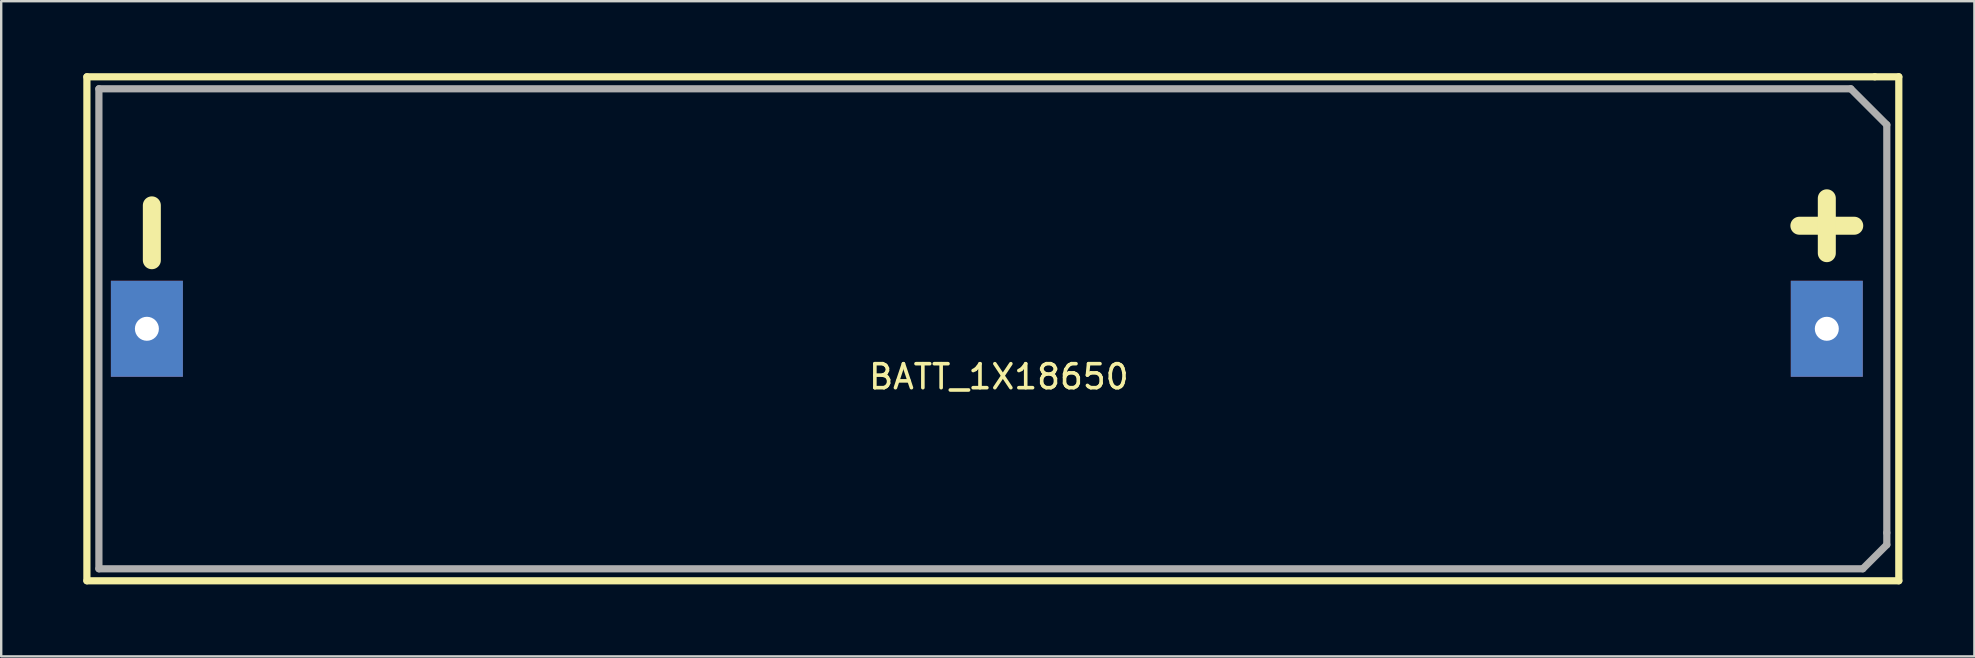
<source format=kicad_pcb>
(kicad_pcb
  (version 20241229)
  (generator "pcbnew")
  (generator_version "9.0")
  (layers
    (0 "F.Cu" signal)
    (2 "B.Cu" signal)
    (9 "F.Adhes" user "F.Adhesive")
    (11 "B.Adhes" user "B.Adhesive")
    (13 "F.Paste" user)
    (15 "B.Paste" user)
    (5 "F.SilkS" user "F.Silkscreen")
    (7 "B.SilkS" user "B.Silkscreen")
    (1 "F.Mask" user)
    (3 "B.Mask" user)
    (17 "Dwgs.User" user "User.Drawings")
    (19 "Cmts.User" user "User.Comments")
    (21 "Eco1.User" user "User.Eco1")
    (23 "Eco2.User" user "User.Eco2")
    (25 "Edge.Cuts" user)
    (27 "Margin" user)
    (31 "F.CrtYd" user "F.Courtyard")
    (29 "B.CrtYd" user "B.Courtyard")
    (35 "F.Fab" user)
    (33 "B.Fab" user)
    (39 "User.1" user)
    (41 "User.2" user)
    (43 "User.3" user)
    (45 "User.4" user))
  (footprint "BATT_1X18650"
    (layer "F.Cu")
    (at 38.071 10.65)
    (property "Reference" "BATT_1X18650" (at 0.5 2 0) (layer "F.SilkS") (effects (font (size 1 1) (thickness 0.15))))
    (attr through_hole)
    (fp_line (start -37.5 -10.5) (end 37 -10.5) (stroke (width 0.3) (type solid)) (layer "F.SilkS"))
    (fp_line (start -37.5 10.5) (end -37.5 -10.5) (stroke (width 0.3) (type solid)) (layer "F.SilkS"))
    (fp_line (start 37 -10.5) (end 38 -10.5) (stroke (width 0.3) (type solid)) (layer "F.SilkS"))
    (fp_line (start 38 -10.5) (end 38 10.5) (stroke (width 0.3) (type solid)) (layer "F.SilkS"))
    (fp_line (start 38 10.5) (end -37.5 10.5) (stroke (width 0.3) (type solid)) (layer "F.SilkS"))
    (fp_line (start -37 -10) (end 36 -10) (stroke (width 0.3) (type solid)) (layer "F.Fab"))
    (fp_line (start -37 10) (end -37 -10) (stroke (width 0.3) (type solid)) (layer "F.Fab"))
    (fp_line (start 36 -10) (end 37.5 -8.5) (stroke (width 0.3) (type solid)) (layer "F.Fab"))
    (fp_line (start 36.5 10) (end -37 10) (stroke (width 0.3) (type solid)) (layer "F.Fab"))
    (fp_line (start 37.5 8.5) (end 37.5 -8.5) (stroke (width 0.3) (type solid)) (layer "F.Fab"))
    (fp_line (start 37.5 8.5) (end 37.5 9) (stroke (width 0.3) (type solid)) (layer "F.Fab"))
    (fp_line (start 37.5 9) (end 36.5 10) (stroke (width 0.3) (type solid)) (layer "F.Fab"))
    (fp_text user "+" (at 35 -4.5 0) (layer "F.SilkS") (effects (font (size 3 3) (thickness 0.75))))
    (fp_text user "-" (at -35 -4 90) (layer "F.SilkS") (effects (font (size 3 3) (thickness 0.75))))
    (pad "1" thru_hole rect (at 35 0) (size 3 4) (drill 1) (layers "*.Cu" "*.Mask"))
    (pad "2" thru_hole rect (at -35 0) (size 3 4) (drill 1) (layers "*.Cu" "*.Mask")))
  (gr_rect
    (start -3 -3)
    (end 79.221 24.3)
    (stroke (width 0.1) (type default))
    (fill no)
    (layer "Edge.Cuts")))
</source>
